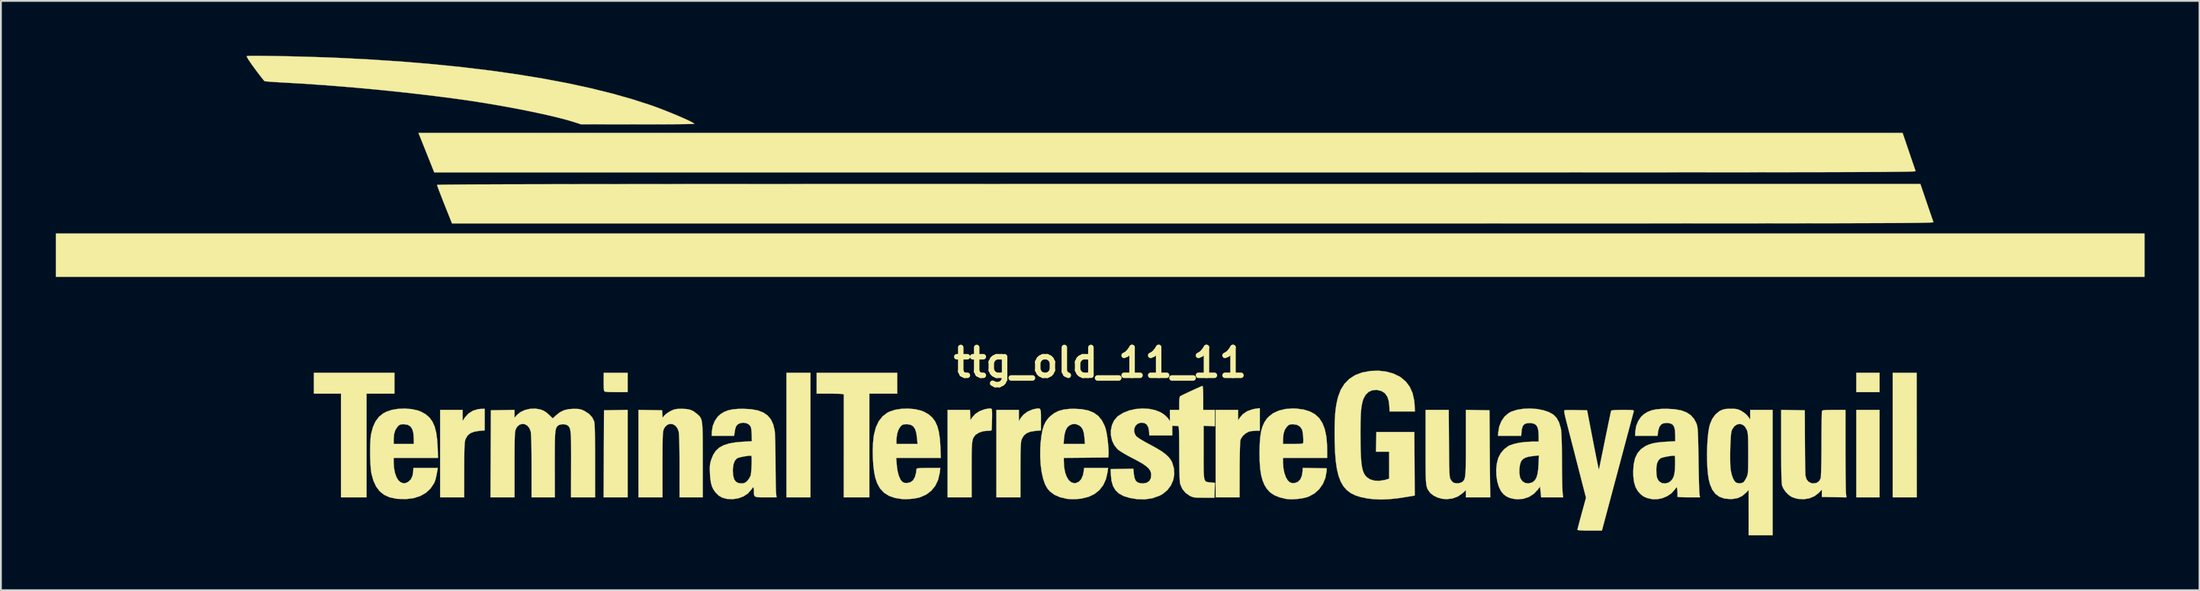
<source format=kicad_pcb>
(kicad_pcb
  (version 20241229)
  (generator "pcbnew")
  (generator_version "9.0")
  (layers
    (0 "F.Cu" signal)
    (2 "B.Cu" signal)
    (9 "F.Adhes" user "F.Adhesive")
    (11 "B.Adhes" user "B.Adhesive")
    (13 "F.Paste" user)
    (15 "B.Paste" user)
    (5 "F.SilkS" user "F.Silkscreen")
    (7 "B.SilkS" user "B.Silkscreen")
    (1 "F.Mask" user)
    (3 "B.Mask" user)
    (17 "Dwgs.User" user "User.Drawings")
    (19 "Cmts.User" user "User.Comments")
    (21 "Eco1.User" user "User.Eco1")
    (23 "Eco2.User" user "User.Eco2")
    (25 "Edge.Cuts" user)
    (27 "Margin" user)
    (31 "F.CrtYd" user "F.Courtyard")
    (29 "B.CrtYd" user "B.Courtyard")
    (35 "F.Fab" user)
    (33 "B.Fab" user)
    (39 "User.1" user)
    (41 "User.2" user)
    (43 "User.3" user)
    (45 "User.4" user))
  (footprint "ttg_old_11_11"
    (layer "F.Cu")
    (at 57.07 16.795)
    (property "Reference" "ttg_old_11_11" (at 0 0 0) (layer "F.SilkS") (effects (font (size 1.524 1.524) (thickness 0.3))))
    (attr through_hole)
    (fp_poly (pts (xy -15.833 7.366) (xy -17.145 7.366) (xy -17.145 0.55) (xy -15.833 0.55) (xy -15.833 7.366)) (stroke (width 0.01) (type solid)) (fill yes) (layer "F.SilkS"))
    (fp_poly (pts (xy 42.587 1.609) (xy 41.317 1.609) (xy 41.317 0.55) (xy 42.587 0.55) (xy 42.587 1.609)) (stroke (width 0.01) (type solid)) (fill yes) (layer "F.SilkS"))
    (fp_poly (pts (xy 42.587 7.366) (xy 41.317 7.366) (xy 41.317 2.582) (xy 42.587 2.582) (xy 42.587 7.366)) (stroke (width 0.01) (type solid)) (fill yes) (layer "F.SilkS"))
    (fp_poly (pts (xy 57.065 -4.699) (xy -57.065 -4.699) (xy -57.065 -7.07) (xy 57.065 -7.07) (xy 57.065 -4.699)) (stroke (width 0.01) (type solid)) (fill yes) (layer "F.SilkS"))
    (fp_poly (pts (xy 44.619 3.958) (xy 44.621 7.366) (xy 43.307 7.366) (xy 43.307 0.55) (xy 44.616 0.55) (xy 44.619 3.958)) (stroke (width 0.01) (type solid)) (fill yes) (layer "F.SilkS"))
    (fp_poly (pts (xy -25.823 7.366) (xy -27.134 7.366) (xy -27.124 4.985) (xy -27.114 2.603) (xy -26.469 2.592) (xy -25.823 2.58) (xy -25.823 7.366)) (stroke (width 0.01) (type solid)) (fill yes) (layer "F.SilkS"))
    (fp_poly (pts (xy -38.566 1.693) (xy -40.09 1.693) (xy -40.09 7.366) (xy -41.487 7.366) (xy -41.487 1.693) (xy -42.968 1.693) (xy -42.968 0.55) (xy -38.566 0.55) (xy -38.566 1.693)) (stroke (width 0.01) (type solid)) (fill yes) (layer "F.SilkS"))
    (fp_poly (pts (xy -25.823 1.609) (xy -26.454 1.609) (xy -26.702 1.607) (xy -26.878 1.603) (xy -26.995 1.594) (xy -27.065 1.58) (xy -27.1 1.558) (xy -27.11 1.541) (xy -27.12 1.473) (xy -27.128 1.341) (xy -27.132 1.165) (xy -27.132 1.012) (xy -27.129 0.55) (xy -25.823 0.55) (xy -25.823 1.609)) (stroke (width 0.01) (type solid)) (fill yes) (layer "F.SilkS"))
    (fp_poly (pts (xy -11.091 1.693) (xy -12.615 1.693) (xy -12.615 7.366) (xy -14.014 7.366) (xy -14.012 4.583) (xy -14.012 4.104) (xy -14.012 3.65) (xy -14.012 3.227) (xy -14.011 2.843) (xy -14.011 2.505) (xy -14.011 2.221) (xy -14.011 1.996) (xy -14.011 1.839) (xy -14.011 1.757) (xy -14.011 1.746) (xy -14.033 1.726) (xy -14.101 1.711) (xy -14.226 1.701) (xy -14.415 1.696) (xy -14.679 1.693) (xy -14.753 1.693) (xy -15.494 1.693) (xy -15.494 0.55) (xy -11.091 0.55) (xy -11.091 1.693)) (stroke (width 0.01) (type solid)) (fill yes) (layer "F.SilkS"))
    (fp_poly (pts (xy -33.634 3.704) (xy -33.933 3.731) (xy -34.206 3.774) (xy -34.412 3.854) (xy -34.562 3.978) (xy -34.668 4.153) (xy -34.694 4.22) (xy -34.711 4.286) (xy -34.724 4.388) (xy -34.734 4.534) (xy -34.742 4.732) (xy -34.748 4.988) (xy -34.752 5.311) (xy -34.754 5.708) (xy -34.754 5.874) (xy -34.756 7.366) (xy -36.068 7.366) (xy -36.068 2.582) (xy -34.84 2.582) (xy -34.84 3.185) (xy -34.703 2.98) (xy -34.518 2.778) (xy -34.28 2.629) (xy -34.007 2.544) (xy -33.867 2.529) (xy -33.634 2.519) (xy -33.634 3.704)) (stroke (width 0.01) (type solid)) (fill yes) (layer "F.SilkS"))
    (fp_poly (pts (xy 8.721 3.725) (xy 8.494 3.725) (xy 8.332 3.735) (xy 8.18 3.758) (xy 8.124 3.773) (xy 7.952 3.863) (xy 7.798 4.001) (xy 7.69 4.16) (xy 7.663 4.233) (xy 7.653 4.31) (xy 7.644 4.46) (xy 7.636 4.674) (xy 7.629 4.94) (xy 7.624 5.247) (xy 7.62 5.584) (xy 7.619 5.875) (xy 7.616 7.366) (xy 6.308 7.366) (xy 6.308 2.582) (xy 7.535 2.582) (xy 7.535 2.868) (xy 7.536 3.154) (xy 7.615 3.027) (xy 7.797 2.812) (xy 8.042 2.65) (xy 8.341 2.545) (xy 8.498 2.516) (xy 8.721 2.487) (xy 8.721 3.725)) (stroke (width 0.01) (type solid)) (fill yes) (layer "F.SilkS"))
    (fp_poly (pts (xy -3.304 2.517) (xy -3.264 2.575) (xy -3.245 2.685) (xy -3.239 2.857) (xy -3.238 3.102) (xy -3.239 3.112) (xy -3.239 3.704) (xy -3.538 3.731) (xy -3.811 3.774) (xy -4.016 3.854) (xy -4.166 3.978) (xy -4.273 4.153) (xy -4.299 4.22) (xy -4.315 4.286) (xy -4.329 4.388) (xy -4.339 4.534) (xy -4.347 4.732) (xy -4.353 4.988) (xy -4.356 5.311) (xy -4.358 5.708) (xy -4.358 5.874) (xy -4.36 7.366) (xy -5.673 7.366) (xy -5.673 2.582) (xy -4.445 2.582) (xy -4.445 2.889) (xy -4.444 3.196) (xy -4.339 3.02) (xy -4.183 2.833) (xy -3.969 2.676) (xy -3.72 2.567) (xy -3.615 2.539) (xy -3.472 2.51) (xy -3.37 2.499) (xy -3.304 2.517)) (stroke (width 0.01) (type solid)) (fill yes) (layer "F.SilkS"))
    (fp_poly (pts (xy -5.939 2.523) (xy -5.929 2.537) (xy -5.916 2.599) (xy -5.909 2.727) (xy -5.907 2.901) (xy -5.911 3.086) (xy -5.917 3.288) (xy -5.922 3.464) (xy -5.926 3.593) (xy -5.927 3.653) (xy -5.941 3.695) (xy -5.996 3.717) (xy -6.11 3.726) (xy -6.17 3.726) (xy -6.405 3.752) (xy -6.62 3.823) (xy -6.787 3.928) (xy -6.825 3.964) (xy -6.876 4.026) (xy -6.918 4.089) (xy -6.951 4.163) (xy -6.977 4.257) (xy -6.996 4.38) (xy -7.01 4.54) (xy -7.019 4.747) (xy -7.024 5.01) (xy -7.027 5.337) (xy -7.027 5.737) (xy -7.027 5.862) (xy -7.027 7.366) (xy -8.34 7.366) (xy -8.34 2.582) (xy -7.116 2.582) (xy -7.103 2.863) (xy -7.091 3.144) (xy -6.985 2.981) (xy -6.821 2.8) (xy -6.594 2.653) (xy -6.324 2.552) (xy -6.228 2.531) (xy -6.076 2.506) (xy -5.986 2.504) (xy -5.939 2.523)) (stroke (width 0.01) (type solid)) (fill yes) (layer "F.SilkS"))
    (fp_poly (pts (xy -22.86 2.521) (xy -22.602 2.535) (xy -22.401 2.576) (xy -22.229 2.653) (xy -22.061 2.777) (xy -22.035 2.799) (xy -21.966 2.86) (xy -21.908 2.916) (xy -21.859 2.976) (xy -21.82 3.045) (xy -21.789 3.133) (xy -21.765 3.245) (xy -21.747 3.391) (xy -21.734 3.577) (xy -21.726 3.811) (xy -21.721 4.1) (xy -21.719 4.452) (xy -21.718 4.874) (xy -21.718 5.323) (xy -21.717 7.366) (xy -22.987 7.366) (xy -22.987 5.675) (xy -22.988 5.213) (xy -22.992 4.803) (xy -22.998 4.452) (xy -23.005 4.166) (xy -23.015 3.949) (xy -23.027 3.809) (xy -23.033 3.771) (xy -23.106 3.578) (xy -23.219 3.442) (xy -23.359 3.364) (xy -23.509 3.349) (xy -23.654 3.397) (xy -23.78 3.512) (xy -23.85 3.64) (xy -23.867 3.692) (xy -23.881 3.759) (xy -23.892 3.85) (xy -23.901 3.972) (xy -23.908 4.134) (xy -23.912 4.344) (xy -23.916 4.61) (xy -23.917 4.94) (xy -23.918 5.342) (xy -23.918 5.589) (xy -23.918 7.366) (xy -25.231 7.366) (xy -25.231 2.58) (xy -24.585 2.592) (xy -23.939 2.603) (xy -23.914 3.007) (xy -23.808 2.881) (xy -23.712 2.794) (xy -23.572 2.699) (xy -23.461 2.637) (xy -23.325 2.576) (xy -23.202 2.541) (xy -23.062 2.524) (xy -22.872 2.521) (xy -22.86 2.521)) (stroke (width 0.01) (type solid)) (fill yes) (layer "F.SilkS"))
    (fp_poly (pts (xy 44.188 -11.568) (xy 44.283 -11.288) (xy 44.369 -11.032) (xy 44.445 -10.813) (xy 44.504 -10.64) (xy 44.543 -10.527) (xy 44.557 -10.488) (xy 44.556 -10.484) (xy 44.549 -10.48) (xy 44.534 -10.476) (xy 44.51 -10.473) (xy 44.475 -10.469) (xy 44.428 -10.466) (xy 44.367 -10.463) (xy 44.29 -10.46) (xy 44.196 -10.457) (xy 44.083 -10.454) (xy 43.95 -10.451) (xy 43.795 -10.449) (xy 43.617 -10.446) (xy 43.414 -10.444) (xy 43.184 -10.442) (xy 42.926 -10.439) (xy 42.638 -10.437) (xy 42.319 -10.436) (xy 41.967 -10.434) (xy 41.58 -10.432) (xy 41.158 -10.431) (xy 40.698 -10.429) (xy 40.199 -10.428) (xy 39.659 -10.426) (xy 39.076 -10.425) (xy 38.45 -10.424) (xy 37.779 -10.423) (xy 37.06 -10.422) (xy 36.293 -10.421) (xy 35.475 -10.42) (xy 34.606 -10.419) (xy 33.684 -10.419) (xy 32.706 -10.418) (xy 31.673 -10.418) (xy 30.581 -10.417) (xy 29.429 -10.417) (xy 28.217 -10.416) (xy 26.941 -10.416) (xy 25.601 -10.415) (xy 24.196 -10.415) (xy 22.723 -10.415) (xy 21.18 -10.415) (xy 19.568 -10.414) (xy 17.883 -10.414) (xy 16.124 -10.414) (xy 14.29 -10.414) (xy 12.379 -10.414) (xy 10.389 -10.414) (xy 8.32 -10.414) (xy 6.168 -10.414) (xy 4.098 -10.414) (xy -36.391 -10.414) (xy -36.766 -11.356) (xy -36.875 -11.629) (xy -36.976 -11.882) (xy -37.064 -12.103) (xy -37.135 -12.28) (xy -37.183 -12.398) (xy -37.198 -12.435) (xy -37.254 -12.573) (xy 43.847 -12.573) (xy 44.188 -11.568)) (stroke (width 0.01) (type solid)) (fill yes) (layer "F.SilkS"))
    (fp_poly (pts (xy 20.627 2.592) (xy 21.273 2.603) (xy 21.283 4.191) (xy 21.285 4.592) (xy 21.289 5.003) (xy 21.292 5.407) (xy 21.295 5.788) (xy 21.299 6.129) (xy 21.302 6.414) (xy 21.304 6.572) (xy 21.315 7.366) (xy 19.981 7.366) (xy 19.981 6.974) (xy 19.799 7.142) (xy 19.547 7.319) (xy 19.253 7.428) (xy 18.934 7.467) (xy 18.675 7.444) (xy 18.436 7.377) (xy 18.22 7.271) (xy 18.053 7.141) (xy 18.013 7.095) (xy 17.961 7.026) (xy 17.918 6.963) (xy 17.882 6.896) (xy 17.853 6.82) (xy 17.83 6.725) (xy 17.812 6.604) (xy 17.799 6.449) (xy 17.79 6.253) (xy 17.785 6.008) (xy 17.782 5.705) (xy 17.78 5.338) (xy 17.78 4.898) (xy 17.78 4.616) (xy 17.78 2.582) (xy 19.046 2.582) (xy 19.058 4.413) (xy 19.062 4.859) (xy 19.065 5.229) (xy 19.069 5.53) (xy 19.074 5.769) (xy 19.081 5.956) (xy 19.088 6.098) (xy 19.098 6.203) (xy 19.11 6.278) (xy 19.125 6.333) (xy 19.142 6.374) (xy 19.146 6.38) (xy 19.218 6.485) (xy 19.295 6.556) (xy 19.302 6.56) (xy 19.446 6.6) (xy 19.612 6.593) (xy 19.754 6.542) (xy 19.765 6.535) (xy 19.815 6.497) (xy 19.857 6.455) (xy 19.891 6.401) (xy 19.918 6.327) (xy 19.939 6.226) (xy 19.955 6.089) (xy 19.966 5.911) (xy 19.974 5.681) (xy 19.978 5.394) (xy 19.981 5.041) (xy 19.981 4.615) (xy 19.981 4.382) (xy 19.981 2.58) (xy 20.627 2.592)) (stroke (width 0.01) (type solid)) (fill yes) (layer "F.SilkS"))
    (fp_poly (pts (xy 37.857 2.592) (xy 38.502 2.603) (xy 38.51 4.297) (xy 38.513 4.675) (xy 38.515 5.033) (xy 38.519 5.361) (xy 38.523 5.647) (xy 38.527 5.883) (xy 38.532 6.057) (xy 38.536 6.16) (xy 38.537 6.173) (xy 38.592 6.37) (xy 38.703 6.512) (xy 38.863 6.591) (xy 38.976 6.604) (xy 39.158 6.571) (xy 39.292 6.469) (xy 39.37 6.328) (xy 39.379 6.264) (xy 39.387 6.124) (xy 39.395 5.919) (xy 39.401 5.658) (xy 39.407 5.349) (xy 39.411 5.002) (xy 39.413 4.627) (xy 39.414 4.463) (xy 39.415 4.084) (xy 39.417 3.729) (xy 39.421 3.409) (xy 39.424 3.133) (xy 39.429 2.909) (xy 39.433 2.748) (xy 39.438 2.658) (xy 39.441 2.642) (xy 39.466 2.618) (xy 39.528 2.601) (xy 39.638 2.59) (xy 39.807 2.584) (xy 40.048 2.582) (xy 40.094 2.582) (xy 40.725 2.582) (xy 40.725 4.752) (xy 40.726 5.181) (xy 40.727 5.59) (xy 40.73 5.971) (xy 40.733 6.314) (xy 40.737 6.611) (xy 40.741 6.853) (xy 40.746 7.03) (xy 40.751 7.133) (xy 40.752 7.145) (xy 40.779 7.368) (xy 40.106 7.357) (xy 39.434 7.345) (xy 39.435 6.948) (xy 39.253 7.133) (xy 39.027 7.305) (xy 38.753 7.419) (xy 38.449 7.469) (xy 38.136 7.451) (xy 37.976 7.412) (xy 37.82 7.359) (xy 37.786 7.344) (xy 37.615 7.229) (xy 37.453 7.063) (xy 37.325 6.875) (xy 37.258 6.712) (xy 37.245 6.612) (xy 37.234 6.428) (xy 37.225 6.159) (xy 37.218 5.807) (xy 37.214 5.371) (xy 37.211 4.851) (xy 37.211 4.552) (xy 37.211 2.58) (xy 37.857 2.592)) (stroke (width 0.01) (type solid)) (fill yes) (layer "F.SilkS"))
    (fp_poly (pts (xy -1.012 2.542) (xy -0.652 2.613) (xy -0.352 2.736) (xy -0.106 2.914) (xy 0.089 3.151) (xy 0.241 3.45) (xy 0.29 3.587) (xy 0.332 3.753) (xy 0.373 3.978) (xy 0.409 4.236) (xy 0.437 4.501) (xy 0.455 4.747) (xy 0.46 4.948) (xy 0.457 5.016) (xy 0.443 5.186) (xy -0.773 5.197) (xy -1.99 5.208) (xy -1.989 5.388) (xy -1.97 5.722) (xy -1.914 6.013) (xy -1.827 6.252) (xy -1.712 6.434) (xy -1.573 6.55) (xy -1.414 6.593) (xy -1.337 6.586) (xy -1.165 6.513) (xy -1.032 6.367) (xy -0.942 6.152) (xy -0.907 5.976) (xy -0.878 5.757) (xy 0.431 5.757) (xy 0.402 5.98) (xy 0.315 6.368) (xy 0.165 6.699) (xy -0.046 6.973) (xy -0.317 7.188) (xy -0.647 7.342) (xy -1.035 7.436) (xy -1.27 7.461) (xy -1.463 7.467) (xy -1.656 7.463) (xy -1.799 7.45) (xy -2.18 7.365) (xy -2.493 7.232) (xy -2.743 7.049) (xy -2.881 6.89) (xy -3.01 6.659) (xy -3.116 6.358) (xy -3.197 5.999) (xy -3.252 5.594) (xy -3.278 5.155) (xy -3.275 4.696) (xy -3.259 4.445) (xy -2.002 4.445) (xy -0.834 4.445) (xy -0.86 4.107) (xy -0.893 3.851) (xy -0.949 3.662) (xy -1.036 3.525) (xy -1.156 3.427) (xy -1.347 3.354) (xy -1.538 3.365) (xy -1.694 3.44) (xy -1.81 3.552) (xy -1.894 3.716) (xy -1.951 3.943) (xy -1.977 4.159) (xy -2.002 4.445) (xy -3.259 4.445) (xy -3.255 4.382) (xy -3.212 3.994) (xy -3.152 3.677) (xy -3.071 3.418) (xy -2.964 3.205) (xy -2.827 3.024) (xy -2.734 2.931) (xy -2.514 2.761) (xy -2.276 2.64) (xy -2.001 2.564) (xy -1.675 2.526) (xy -1.439 2.52) (xy -1.012 2.542)) (stroke (width 0.01) (type solid)) (fill yes) (layer "F.SilkS"))
    (fp_poly (pts (xy -10.125 2.542) (xy -9.795 2.619) (xy -9.635 2.681) (xy -9.386 2.82) (xy -9.183 2.993) (xy -9.023 3.207) (xy -8.901 3.471) (xy -8.815 3.793) (xy -8.759 4.18) (xy -8.733 4.583) (xy -8.709 5.207) (xy -11.146 5.207) (xy -11.121 5.556) (xy -11.08 5.891) (xy -11.012 6.17) (xy -10.919 6.383) (xy -10.861 6.466) (xy -10.775 6.544) (xy -10.674 6.577) (xy -10.569 6.583) (xy -10.38 6.547) (xy -10.232 6.439) (xy -10.124 6.258) (xy -10.058 6.004) (xy -10.036 5.81) (xy -10.013 5.789) (xy -9.94 5.774) (xy -9.807 5.764) (xy -9.607 5.759) (xy -9.384 5.757) (xy -8.735 5.757) (xy -8.773 6.043) (xy -8.859 6.414) (xy -9.012 6.735) (xy -9.228 7.002) (xy -9.502 7.212) (xy -9.833 7.359) (xy -9.906 7.381) (xy -10.122 7.425) (xy -10.38 7.455) (xy -10.637 7.468) (xy -10.816 7.462) (xy -11.212 7.4) (xy -11.543 7.285) (xy -11.813 7.114) (xy -12.028 6.884) (xy -12.19 6.591) (xy -12.292 6.283) (xy -12.355 5.966) (xy -12.399 5.59) (xy -12.424 5.183) (xy -12.429 4.769) (xy -12.413 4.373) (xy -12.4 4.257) (xy -11.134 4.257) (xy -11.134 4.445) (xy -9.981 4.445) (xy -10.011 4.117) (xy -10.051 3.835) (xy -10.117 3.628) (xy -10.214 3.486) (xy -10.348 3.402) (xy -10.528 3.367) (xy -10.596 3.365) (xy -10.733 3.374) (xy -10.826 3.41) (xy -10.912 3.489) (xy -10.921 3.499) (xy -11.022 3.663) (xy -11.094 3.886) (xy -11.13 4.147) (xy -11.134 4.257) (xy -12.4 4.257) (xy -12.375 4.021) (xy -12.361 3.935) (xy -12.257 3.535) (xy -12.101 3.203) (xy -11.895 2.938) (xy -11.638 2.741) (xy -11.515 2.678) (xy -11.209 2.577) (xy -10.858 2.521) (xy -10.488 2.51) (xy -10.125 2.542)) (stroke (width 0.01) (type solid)) (fill yes) (layer "F.SilkS"))
    (fp_poly (pts (xy -37.639 2.537) (xy -37.307 2.608) (xy -37.111 2.681) (xy -36.861 2.821) (xy -36.658 2.995) (xy -36.497 3.211) (xy -36.375 3.477) (xy -36.288 3.801) (xy -36.233 4.191) (xy -36.207 4.583) (xy -36.183 5.207) (xy -38.608 5.207) (xy -38.608 5.459) (xy -38.589 5.761) (xy -38.536 6.035) (xy -38.454 6.266) (xy -38.347 6.44) (xy -38.229 6.54) (xy -38.086 6.595) (xy -37.96 6.589) (xy -37.816 6.521) (xy -37.812 6.518) (xy -37.668 6.382) (xy -37.577 6.181) (xy -37.541 5.954) (xy -37.529 5.757) (xy -36.863 5.757) (xy -36.197 5.757) (xy -36.22 5.895) (xy -36.266 6.147) (xy -36.307 6.334) (xy -36.35 6.475) (xy -36.4 6.59) (xy -36.404 6.6) (xy -36.598 6.889) (xy -36.851 7.122) (xy -37.16 7.297) (xy -37.52 7.411) (xy -37.927 7.462) (xy -38.376 7.45) (xy -38.481 7.439) (xy -38.833 7.363) (xy -39.13 7.229) (xy -39.374 7.033) (xy -39.57 6.771) (xy -39.72 6.441) (xy -39.823 6.066) (xy -39.851 5.876) (xy -39.872 5.624) (xy -39.886 5.33) (xy -39.894 5.014) (xy -39.894 4.696) (xy -39.887 4.445) (xy -38.608 4.445) (xy -37.507 4.445) (xy -37.511 4.138) (xy -37.532 3.85) (xy -37.591 3.635) (xy -37.693 3.486) (xy -37.841 3.398) (xy -38.038 3.366) (xy -38.064 3.365) (xy -38.203 3.373) (xy -38.295 3.406) (xy -38.379 3.481) (xy -38.397 3.501) (xy -38.516 3.682) (xy -38.585 3.909) (xy -38.608 4.195) (xy -38.608 4.202) (xy -38.608 4.445) (xy -39.887 4.445) (xy -39.886 4.397) (xy -39.871 4.137) (xy -39.848 3.936) (xy -39.841 3.899) (xy -39.74 3.519) (xy -39.599 3.21) (xy -39.415 2.964) (xy -39.181 2.775) (xy -39.01 2.683) (xy -38.711 2.582) (xy -38.366 2.524) (xy -38 2.509) (xy -37.639 2.537)) (stroke (width 0.01) (type solid)) (fill yes) (layer "F.SilkS"))
    (fp_poly (pts (xy -45.997 -16.79) (xy -45.687 -16.787) (xy -45.333 -16.782) (xy -44.944 -16.776) (xy -44.528 -16.768) (xy -44.092 -16.758) (xy -43.645 -16.746) (xy -43.195 -16.734) (xy -42.75 -16.72) (xy -42.319 -16.706) (xy -41.909 -16.69) (xy -41.593 -16.677) (xy -39.826 -16.586) (xy -38.112 -16.471) (xy -36.455 -16.332) (xy -34.857 -16.169) (xy -33.32 -15.984) (xy -31.848 -15.775) (xy -30.442 -15.544) (xy -29.105 -15.292) (xy -27.84 -15.017) (xy -26.65 -14.722) (xy -25.537 -14.406) (xy -24.579 -14.096) (xy -24.299 -13.996) (xy -24.001 -13.884) (xy -23.695 -13.765) (xy -23.391 -13.642) (xy -23.1 -13.521) (xy -22.832 -13.405) (xy -22.597 -13.299) (xy -22.405 -13.208) (xy -22.267 -13.135) (xy -22.193 -13.086) (xy -22.183 -13.071) (xy -22.224 -13.066) (xy -22.343 -13.061) (xy -22.534 -13.057) (xy -22.789 -13.053) (xy -23.103 -13.049) (xy -23.468 -13.047) (xy -23.878 -13.044) (xy -24.327 -13.043) (xy -24.807 -13.043) (xy -25.284 -13.043) (xy -28.384 -13.047) (xy -28.702 -13.152) (xy -29.055 -13.259) (xy -29.483 -13.374) (xy -29.976 -13.495) (xy -30.524 -13.619) (xy -31.117 -13.745) (xy -31.746 -13.871) (xy -32.401 -13.994) (xy -33.072 -14.113) (xy -33.751 -14.226) (xy -34.426 -14.331) (xy -34.989 -14.412) (xy -36.343 -14.59) (xy -37.757 -14.757) (xy -39.206 -14.91) (xy -40.667 -15.047) (xy -42.115 -15.166) (xy -43.526 -15.265) (xy -44.641 -15.329) (xy -44.921 -15.345) (xy -45.174 -15.361) (xy -45.387 -15.376) (xy -45.547 -15.389) (xy -45.643 -15.4) (xy -45.663 -15.405) (xy -45.702 -15.446) (xy -45.783 -15.544) (xy -45.896 -15.688) (xy -46.033 -15.868) (xy -46.186 -16.073) (xy -46.196 -16.087) (xy -46.382 -16.344) (xy -46.519 -16.543) (xy -46.604 -16.683) (xy -46.638 -16.761) (xy -46.634 -16.776) (xy -46.581 -16.784) (xy -46.452 -16.788) (xy -46.254 -16.79) (xy -45.997 -16.79)) (stroke (width 0.01) (type solid)) (fill yes) (layer "F.SilkS"))
    (fp_poly (pts (xy 15.627 0.486) (xy 16.021 0.595) (xy 16.37 0.764) (xy 16.418 0.795) (xy 16.699 1.03) (xy 16.916 1.32) (xy 17.069 1.665) (xy 17.158 2.065) (xy 17.177 2.275) (xy 17.199 2.667) (xy 16.505 2.667) (xy 15.812 2.667) (xy 15.802 2.405) (xy 15.767 2.094) (xy 15.687 1.851) (xy 15.56 1.673) (xy 15.384 1.557) (xy 15.367 1.55) (xy 15.113 1.487) (xy 14.879 1.504) (xy 14.673 1.595) (xy 14.504 1.756) (xy 14.381 1.983) (xy 14.348 2.086) (xy 14.311 2.236) (xy 14.282 2.39) (xy 14.26 2.56) (xy 14.244 2.759) (xy 14.233 2.998) (xy 14.226 3.289) (xy 14.223 3.644) (xy 14.223 3.958) (xy 14.226 4.443) (xy 14.235 4.852) (xy 14.25 5.191) (xy 14.273 5.471) (xy 14.305 5.698) (xy 14.347 5.88) (xy 14.4 6.026) (xy 14.466 6.144) (xy 14.546 6.241) (xy 14.556 6.252) (xy 14.741 6.38) (xy 14.977 6.451) (xy 15.251 6.464) (xy 15.548 6.417) (xy 15.653 6.387) (xy 15.79 6.343) (xy 15.79 4.868) (xy 15.068 4.868) (xy 15.092 3.789) (xy 17.166 3.789) (xy 17.177 5.529) (xy 17.188 7.268) (xy 16.775 7.339) (xy 16.237 7.421) (xy 15.76 7.469) (xy 15.328 7.484) (xy 14.927 7.466) (xy 14.584 7.425) (xy 14.241 7.355) (xy 13.943 7.259) (xy 13.686 7.131) (xy 13.469 6.965) (xy 13.288 6.757) (xy 13.141 6.501) (xy 13.024 6.191) (xy 12.936 5.823) (xy 12.873 5.39) (xy 12.833 4.888) (xy 12.813 4.311) (xy 12.809 3.958) (xy 12.811 3.508) (xy 12.821 3.126) (xy 12.84 2.799) (xy 12.87 2.512) (xy 12.911 2.249) (xy 12.967 1.995) (xy 13 1.866) (xy 13.143 1.483) (xy 13.349 1.155) (xy 13.613 0.886) (xy 13.934 0.678) (xy 14.307 0.537) (xy 14.326 0.532) (xy 14.765 0.452) (xy 15.203 0.437) (xy 15.627 0.486)) (stroke (width 0.01) (type solid)) (fill yes) (layer "F.SilkS"))
    (fp_poly (pts (xy 28.798 2.583) (xy 28.967 2.586) (xy 29.075 2.593) (xy 29.135 2.606) (xy 29.158 2.626) (xy 29.158 2.654) (xy 29.157 2.656) (xy 29.143 2.708) (xy 29.109 2.835) (xy 29.057 3.032) (xy 28.988 3.291) (xy 28.904 3.606) (xy 28.806 3.971) (xy 28.697 4.381) (xy 28.578 4.827) (xy 28.451 5.304) (xy 28.317 5.807) (xy 28.277 5.958) (xy 27.416 9.186) (xy 26.747 9.186) (xy 26.487 9.184) (xy 26.284 9.177) (xy 26.146 9.165) (xy 26.081 9.15) (xy 26.077 9.145) (xy 26.088 9.093) (xy 26.118 8.973) (xy 26.164 8.796) (xy 26.223 8.576) (xy 26.291 8.325) (xy 26.312 8.247) (xy 26.547 7.39) (xy 26.438 6.965) (xy 26.4 6.817) (xy 26.344 6.601) (xy 26.275 6.331) (xy 26.195 6.021) (xy 26.11 5.686) (xy 26.021 5.341) (xy 25.987 5.207) (xy 25.895 4.847) (xy 25.801 4.482) (xy 25.71 4.127) (xy 25.626 3.8) (xy 25.553 3.517) (xy 25.496 3.294) (xy 25.483 3.247) (xy 25.419 2.989) (xy 25.377 2.804) (xy 25.358 2.682) (xy 25.36 2.617) (xy 25.373 2.6) (xy 25.432 2.593) (xy 25.56 2.59) (xy 25.737 2.588) (xy 25.949 2.59) (xy 26.016 2.592) (xy 26.607 2.603) (xy 26.923 4.246) (xy 26.993 4.605) (xy 27.058 4.935) (xy 27.116 5.227) (xy 27.166 5.474) (xy 27.206 5.666) (xy 27.235 5.795) (xy 27.249 5.853) (xy 27.251 5.854) (xy 27.262 5.807) (xy 27.287 5.685) (xy 27.326 5.5) (xy 27.375 5.259) (xy 27.434 4.972) (xy 27.5 4.649) (xy 27.571 4.299) (xy 27.58 4.255) (xy 27.652 3.901) (xy 27.72 3.572) (xy 27.78 3.278) (xy 27.833 3.028) (xy 27.874 2.831) (xy 27.903 2.698) (xy 27.917 2.637) (xy 27.918 2.635) (xy 27.951 2.613) (xy 28.038 2.597) (xy 28.187 2.588) (xy 28.408 2.583) (xy 28.557 2.582) (xy 28.798 2.583)) (stroke (width 0.01) (type solid)) (fill yes) (layer "F.SilkS"))
    (fp_poly (pts (xy 10.729 2.511) (xy 11.123 2.565) (xy 11.459 2.668) (xy 11.739 2.822) (xy 11.966 3.031) (xy 12.142 3.3) (xy 12.271 3.632) (xy 12.355 4.03) (xy 12.397 4.498) (xy 12.403 4.773) (xy 12.404 5.207) (xy 9.991 5.207) (xy 9.991 5.472) (xy 10.011 5.764) (xy 10.064 6.033) (xy 10.145 6.264) (xy 10.249 6.441) (xy 10.37 6.551) (xy 10.374 6.552) (xy 10.489 6.585) (xy 10.621 6.586) (xy 10.801 6.521) (xy 10.934 6.385) (xy 11.021 6.181) (xy 11.059 5.936) (xy 11.07 5.755) (xy 12.382 5.779) (xy 12.37 5.948) (xy 12.304 6.307) (xy 12.169 6.632) (xy 11.971 6.916) (xy 11.718 7.146) (xy 11.417 7.314) (xy 11.286 7.362) (xy 11.051 7.417) (xy 10.781 7.455) (xy 10.508 7.472) (xy 10.266 7.466) (xy 10.16 7.453) (xy 9.801 7.366) (xy 9.512 7.248) (xy 9.283 7.093) (xy 9.105 6.898) (xy 8.973 6.683) (xy 8.871 6.435) (xy 8.795 6.146) (xy 8.743 5.803) (xy 8.714 5.399) (xy 8.706 4.921) (xy 8.706 4.911) (xy 8.716 4.457) (xy 8.717 4.445) (xy 9.991 4.445) (xy 10.541 4.445) (xy 10.767 4.444) (xy 10.922 4.44) (xy 11.019 4.43) (xy 11.072 4.414) (xy 11.093 4.389) (xy 11.096 4.371) (xy 11.099 4.192) (xy 11.088 3.997) (xy 11.066 3.815) (xy 11.036 3.679) (xy 11.027 3.655) (xy 10.919 3.496) (xy 10.754 3.399) (xy 10.535 3.366) (xy 10.529 3.365) (xy 10.392 3.374) (xy 10.299 3.41) (xy 10.212 3.489) (xy 10.201 3.501) (xy 10.082 3.682) (xy 10.014 3.909) (xy 9.991 4.195) (xy 9.991 4.202) (xy 9.991 4.445) (xy 8.717 4.445) (xy 8.745 4.076) (xy 8.794 3.757) (xy 8.867 3.492) (xy 8.967 3.268) (xy 9.095 3.076) (xy 9.201 2.957) (xy 9.454 2.762) (xy 9.765 2.619) (xy 10.125 2.532) (xy 10.525 2.503) (xy 10.729 2.511)) (stroke (width 0.01) (type solid)) (fill yes) (layer "F.SilkS"))
    (fp_poly (pts (xy 34.648 2.522) (xy 34.782 2.537) (xy 34.893 2.569) (xy 35.012 2.626) (xy 35.049 2.646) (xy 35.198 2.745) (xy 35.334 2.864) (xy 35.398 2.938) (xy 35.518 3.103) (xy 35.518 2.582) (xy 36.745 2.582) (xy 36.745 9.44) (xy 35.433 9.44) (xy 35.433 8.202) (xy 35.432 6.964) (xy 35.286 7.118) (xy 35.077 7.295) (xy 34.843 7.405) (xy 34.566 7.456) (xy 34.424 7.461) (xy 34.104 7.43) (xy 33.836 7.335) (xy 33.618 7.175) (xy 33.447 6.947) (xy 33.32 6.648) (xy 33.252 6.376) (xy 33.209 6.081) (xy 33.179 5.735) (xy 33.163 5.356) (xy 33.161 5.058) (xy 34.424 5.058) (xy 34.425 5.33) (xy 34.431 5.573) (xy 34.443 5.771) (xy 34.455 5.877) (xy 34.508 6.124) (xy 34.581 6.332) (xy 34.668 6.485) (xy 34.745 6.558) (xy 34.872 6.597) (xy 35.016 6.594) (xy 35.136 6.551) (xy 35.161 6.531) (xy 35.223 6.449) (xy 35.294 6.326) (xy 35.323 6.266) (xy 35.35 6.203) (xy 35.371 6.137) (xy 35.387 6.056) (xy 35.398 5.949) (xy 35.405 5.805) (xy 35.409 5.613) (xy 35.411 5.361) (xy 35.412 5.037) (xy 35.412 4.974) (xy 35.411 4.631) (xy 35.409 4.362) (xy 35.404 4.154) (xy 35.397 3.997) (xy 35.385 3.878) (xy 35.369 3.787) (xy 35.349 3.712) (xy 35.334 3.672) (xy 35.231 3.495) (xy 35.097 3.388) (xy 34.946 3.35) (xy 34.793 3.381) (xy 34.652 3.478) (xy 34.538 3.642) (xy 34.504 3.725) (xy 34.482 3.831) (xy 34.463 4.004) (xy 34.448 4.23) (xy 34.436 4.492) (xy 34.428 4.773) (xy 34.424 5.058) (xy 33.161 5.058) (xy 33.16 4.96) (xy 33.17 4.565) (xy 33.192 4.189) (xy 33.226 3.847) (xy 33.271 3.559) (xy 33.316 3.377) (xy 33.44 3.082) (xy 33.611 2.84) (xy 33.82 2.662) (xy 33.897 2.619) (xy 34.024 2.565) (xy 34.155 2.534) (xy 34.319 2.521) (xy 34.459 2.519) (xy 34.648 2.522)) (stroke (width 0.01) (type solid)) (fill yes) (layer "F.SilkS"))
    (fp_poly (pts (xy -30.591 2.558) (xy -30.404 2.631) (xy -30.237 2.743) (xy -30.132 2.837) (xy -29.916 3.046) (xy -29.731 2.876) (xy -29.516 2.706) (xy -29.293 2.598) (xy -29.038 2.54) (xy -28.787 2.524) (xy -28.594 2.525) (xy -28.454 2.539) (xy -28.334 2.572) (xy -28.202 2.629) (xy -28.184 2.638) (xy -27.936 2.797) (xy -27.754 2.996) (xy -27.65 3.214) (xy -27.637 3.296) (xy -27.626 3.448) (xy -27.617 3.673) (xy -27.61 3.972) (xy -27.605 4.35) (xy -27.602 4.807) (xy -27.601 5.346) (xy -27.601 5.371) (xy -27.601 7.366) (xy -28.916 7.366) (xy -28.912 5.573) (xy -28.911 5.111) (xy -28.912 4.726) (xy -28.914 4.41) (xy -28.919 4.155) (xy -28.928 3.954) (xy -28.941 3.799) (xy -28.958 3.682) (xy -28.981 3.596) (xy -29.01 3.532) (xy -29.046 3.483) (xy -29.09 3.441) (xy -29.104 3.429) (xy -29.194 3.388) (xy -29.323 3.367) (xy -29.358 3.365) (xy -29.489 3.38) (xy -29.595 3.417) (xy -29.612 3.429) (xy -29.657 3.47) (xy -29.695 3.516) (xy -29.726 3.574) (xy -29.75 3.653) (xy -29.769 3.76) (xy -29.783 3.904) (xy -29.792 4.091) (xy -29.799 4.33) (xy -29.802 4.627) (xy -29.804 4.992) (xy -29.804 5.432) (xy -29.804 5.569) (xy -29.801 7.366) (xy -31.073 7.366) (xy -31.073 5.675) (xy -31.074 5.213) (xy -31.077 4.803) (xy -31.083 4.452) (xy -31.091 4.166) (xy -31.101 3.949) (xy -31.112 3.809) (xy -31.118 3.771) (xy -31.191 3.578) (xy -31.305 3.442) (xy -31.445 3.364) (xy -31.595 3.349) (xy -31.74 3.397) (xy -31.865 3.512) (xy -31.935 3.64) (xy -31.952 3.692) (xy -31.966 3.759) (xy -31.978 3.85) (xy -31.987 3.972) (xy -31.993 4.134) (xy -31.998 4.344) (xy -32.001 4.61) (xy -32.003 4.94) (xy -32.004 5.342) (xy -32.004 5.589) (xy -32.004 7.366) (xy -33.317 7.366) (xy -33.306 4.985) (xy -33.295 2.603) (xy -32.65 2.592) (xy -32.004 2.58) (xy -32.004 3.009) (xy -31.877 2.864) (xy -31.685 2.705) (xy -31.439 2.589) (xy -31.16 2.523) (xy -30.87 2.511) (xy -30.591 2.558)) (stroke (width 0.01) (type solid)) (fill yes) (layer "F.SilkS"))
    (fp_poly (pts (xy 23.86 2.532) (xy 24.208 2.598) (xy 24.517 2.702) (xy 24.762 2.839) (xy 24.939 3.019) (xy 25.076 3.27) (xy 25.169 3.589) (xy 25.186 3.683) (xy 25.196 3.791) (xy 25.206 3.972) (xy 25.215 4.213) (xy 25.223 4.502) (xy 25.229 4.826) (xy 25.233 5.175) (xy 25.234 5.419) (xy 25.236 5.774) (xy 25.239 6.113) (xy 25.244 6.423) (xy 25.249 6.692) (xy 25.256 6.909) (xy 25.263 7.061) (xy 25.268 7.123) (xy 25.299 7.366) (xy 24.096 7.366) (xy 24.066 7.069) (xy 24.037 6.773) (xy 23.917 6.938) (xy 23.696 7.174) (xy 23.428 7.345) (xy 23.125 7.446) (xy 22.8 7.473) (xy 22.585 7.448) (xy 22.371 7.395) (xy 22.206 7.32) (xy 22.054 7.208) (xy 22.045 7.2) (xy 21.896 7.02) (xy 21.78 6.777) (xy 21.696 6.49) (xy 21.649 6.174) (xy 21.64 5.846) (xy 21.642 5.826) (xy 22.906 5.826) (xy 22.908 6.05) (xy 22.937 6.248) (xy 22.961 6.325) (xy 23.068 6.485) (xy 23.22 6.58) (xy 23.4 6.605) (xy 23.593 6.555) (xy 23.62 6.542) (xy 23.74 6.448) (xy 23.831 6.301) (xy 23.896 6.095) (xy 23.936 5.819) (xy 23.952 5.579) (xy 23.973 5.072) (xy 23.681 5.103) (xy 23.422 5.14) (xy 23.233 5.196) (xy 23.1 5.275) (xy 23.009 5.385) (xy 22.983 5.436) (xy 22.932 5.61) (xy 22.906 5.826) (xy 21.642 5.826) (xy 21.672 5.525) (xy 21.748 5.227) (xy 21.759 5.196) (xy 21.891 4.946) (xy 22.08 4.727) (xy 22.304 4.56) (xy 22.383 4.521) (xy 22.612 4.443) (xy 22.9 4.38) (xy 23.222 4.338) (xy 23.553 4.32) (xy 23.59 4.319) (xy 23.961 4.318) (xy 23.96 4.032) (xy 23.948 3.759) (xy 23.907 3.559) (xy 23.832 3.423) (xy 23.716 3.341) (xy 23.553 3.305) (xy 23.464 3.302) (xy 23.287 3.319) (xy 23.163 3.376) (xy 23.083 3.486) (xy 23.036 3.659) (xy 23.018 3.831) (xy 23.007 4) (xy 21.738 4) (xy 21.751 3.81) (xy 21.807 3.485) (xy 21.926 3.193) (xy 22.099 2.945) (xy 22.319 2.756) (xy 22.468 2.676) (xy 22.778 2.576) (xy 23.125 2.52) (xy 23.493 2.506) (xy 23.86 2.532)) (stroke (width 0.01) (type solid)) (fill yes) (layer "F.SilkS"))
    (fp_poly (pts (xy 45.16 -8.774) (xy 45.255 -8.494) (xy 45.343 -8.239) (xy 45.418 -8.019) (xy 45.478 -7.846) (xy 45.517 -7.733) (xy 45.531 -7.694) (xy 45.53 -7.69) (xy 45.523 -7.686) (xy 45.508 -7.682) (xy 45.484 -7.679) (xy 45.449 -7.675) (xy 45.402 -7.672) (xy 45.341 -7.669) (xy 45.264 -7.666) (xy 45.17 -7.663) (xy 45.057 -7.66) (xy 44.924 -7.657) (xy 44.769 -7.655) (xy 44.591 -7.652) (xy 44.387 -7.65) (xy 44.157 -7.648) (xy 43.899 -7.645) (xy 43.611 -7.643) (xy 43.292 -7.642) (xy 42.94 -7.64) (xy 42.554 -7.638) (xy 42.132 -7.637) (xy 41.671 -7.635) (xy 41.172 -7.634) (xy 40.632 -7.632) (xy 40.05 -7.631) (xy 39.424 -7.63) (xy 38.752 -7.629) (xy 38.034 -7.628) (xy 37.267 -7.627) (xy 36.449 -7.626) (xy 35.58 -7.625) (xy 34.657 -7.625) (xy 33.68 -7.624) (xy 32.646 -7.624) (xy 31.554 -7.623) (xy 30.403 -7.623) (xy 29.19 -7.622) (xy 27.915 -7.622) (xy 26.575 -7.621) (xy 25.169 -7.621) (xy 23.696 -7.621) (xy 22.154 -7.621) (xy 20.541 -7.62) (xy 18.856 -7.62) (xy 17.098 -7.62) (xy 15.264 -7.62) (xy 13.352 -7.62) (xy 11.363 -7.62) (xy 9.293 -7.62) (xy 7.142 -7.62) (xy 5.07 -7.62) (xy -35.42 -7.62) (xy -35.829 -8.647) (xy -35.939 -8.925) (xy -36.037 -9.179) (xy -36.121 -9.397) (xy -36.185 -9.568) (xy -36.225 -9.682) (xy -36.237 -9.726) (xy -36.223 -9.729) (xy -36.178 -9.732) (xy -36.102 -9.735) (xy -35.993 -9.738) (xy -35.851 -9.74) (xy -35.672 -9.743) (xy -35.457 -9.745) (xy -35.204 -9.747) (xy -34.911 -9.749) (xy -34.577 -9.752) (xy -34.201 -9.754) (xy -33.782 -9.755) (xy -33.318 -9.757) (xy -32.807 -9.759) (xy -32.249 -9.761) (xy -31.641 -9.762) (xy -30.984 -9.764) (xy -30.275 -9.765) (xy -29.512 -9.766) (xy -28.695 -9.768) (xy -27.823 -9.769) (xy -26.893 -9.77) (xy -25.905 -9.771) (xy -24.858 -9.772) (xy -23.749 -9.773) (xy -22.577 -9.774) (xy -21.342 -9.774) (xy -20.041 -9.775) (xy -18.674 -9.776) (xy -17.239 -9.776) (xy -15.734 -9.777) (xy -14.159 -9.777) (xy -12.512 -9.778) (xy -10.792 -9.778) (xy -8.997 -9.778) (xy -7.126 -9.778) (xy -5.178 -9.779) (xy -3.15 -9.779) (xy -1.043 -9.779) (xy 1.146 -9.779) (xy 3.417 -9.779) (xy 4.29 -9.779) (xy 44.818 -9.779) (xy 45.16 -8.774)) (stroke (width 0.01) (type solid)) (fill yes) (layer "F.SilkS"))
    (fp_poly (pts (xy 31.376 2.543) (xy 31.736 2.606) (xy 32.032 2.715) (xy 32.268 2.869) (xy 32.449 3.073) (xy 32.556 3.269) (xy 32.58 3.326) (xy 32.601 3.382) (xy 32.618 3.444) (xy 32.633 3.519) (xy 32.645 3.616) (xy 32.655 3.741) (xy 32.663 3.902) (xy 32.671 4.107) (xy 32.677 4.364) (xy 32.684 4.679) (xy 32.691 5.06) (xy 32.698 5.515) (xy 32.702 5.736) (xy 32.708 6.069) (xy 32.715 6.381) (xy 32.723 6.661) (xy 32.731 6.896) (xy 32.739 7.075) (xy 32.746 7.186) (xy 32.749 7.207) (xy 32.775 7.366) (xy 32.157 7.366) (xy 31.939 7.364) (xy 31.756 7.358) (xy 31.622 7.35) (xy 31.551 7.339) (xy 31.543 7.334) (xy 31.549 7.245) (xy 31.547 7.121) (xy 31.538 6.992) (xy 31.526 6.883) (xy 31.512 6.821) (xy 31.507 6.816) (xy 31.466 6.849) (xy 31.403 6.93) (xy 31.381 6.961) (xy 31.216 7.145) (xy 30.992 7.297) (xy 30.73 7.407) (xy 30.452 7.467) (xy 30.18 7.468) (xy 30.141 7.462) (xy 29.893 7.407) (xy 29.702 7.324) (xy 29.544 7.208) (xy 29.375 7.022) (xy 29.253 6.804) (xy 29.174 6.542) (xy 29.134 6.223) (xy 29.126 5.963) (xy 29.131 5.878) (xy 30.388 5.878) (xy 30.397 6.114) (xy 30.427 6.287) (xy 30.486 6.416) (xy 30.57 6.515) (xy 30.707 6.59) (xy 30.875 6.606) (xy 31.044 6.564) (xy 31.149 6.498) (xy 31.254 6.388) (xy 31.329 6.252) (xy 31.378 6.074) (xy 31.405 5.841) (xy 31.414 5.59) (xy 31.415 5.399) (xy 31.412 5.241) (xy 31.407 5.134) (xy 31.399 5.096) (xy 31.344 5.088) (xy 31.23 5.095) (xy 31.081 5.115) (xy 30.921 5.144) (xy 30.773 5.177) (xy 30.661 5.21) (xy 30.62 5.229) (xy 30.504 5.342) (xy 30.429 5.504) (xy 30.393 5.727) (xy 30.388 5.878) (xy 29.131 5.878) (xy 29.151 5.564) (xy 29.228 5.228) (xy 29.36 4.952) (xy 29.547 4.732) (xy 29.787 4.565) (xy 29.974 4.48) (xy 30.18 4.416) (xy 30.423 4.37) (xy 30.722 4.338) (xy 30.934 4.324) (xy 31.425 4.297) (xy 31.422 3.965) (xy 31.409 3.709) (xy 31.37 3.526) (xy 31.298 3.403) (xy 31.186 3.331) (xy 31.027 3.299) (xy 30.971 3.296) (xy 30.787 3.312) (xy 30.65 3.383) (xy 30.555 3.515) (xy 30.494 3.716) (xy 30.472 3.873) (xy 30.459 4) (xy 29.231 4) (xy 29.242 3.747) (xy 29.289 3.463) (xy 29.397 3.194) (xy 29.554 2.962) (xy 29.709 2.817) (xy 29.908 2.694) (xy 30.125 2.607) (xy 30.378 2.553) (xy 30.682 2.525) (xy 30.946 2.521) (xy 31.376 2.543)) (stroke (width 0.01) (type solid)) (fill yes) (layer "F.SilkS"))
    (fp_poly (pts (xy -19.079 2.544) (xy -18.713 2.61) (xy -18.413 2.724) (xy -18.174 2.888) (xy -17.993 3.104) (xy -17.867 3.376) (xy -17.79 3.706) (xy -17.783 3.759) (xy -17.774 3.869) (xy -17.766 4.052) (xy -17.758 4.295) (xy -17.752 4.586) (xy -17.747 4.912) (xy -17.743 5.261) (xy -17.742 5.503) (xy -17.74 5.856) (xy -17.736 6.191) (xy -17.732 6.494) (xy -17.727 6.756) (xy -17.721 6.965) (xy -17.715 7.108) (xy -17.71 7.165) (xy -17.684 7.366) (xy -18.278 7.366) (xy -18.523 7.366) (xy -18.697 7.36) (xy -18.811 7.342) (xy -18.878 7.304) (xy -18.911 7.239) (xy -18.921 7.141) (xy -18.922 7.001) (xy -18.922 6.996) (xy -18.929 6.886) (xy -18.946 6.822) (xy -18.955 6.816) (xy -18.996 6.849) (xy -19.059 6.93) (xy -19.08 6.961) (xy -19.256 7.159) (xy -19.492 7.313) (xy -19.77 7.417) (xy -20.074 7.466) (xy -20.388 7.452) (xy -20.409 7.449) (xy -20.652 7.384) (xy -20.85 7.268) (xy -21.012 7.108) (xy -21.131 6.946) (xy -21.216 6.769) (xy -21.274 6.558) (xy -21.31 6.294) (xy -21.325 6.064) (xy -21.33 5.905) (xy -20.075 5.905) (xy -20.057 6.178) (xy -20.002 6.379) (xy -19.907 6.513) (xy -19.767 6.586) (xy -19.617 6.604) (xy -19.479 6.593) (xy -19.376 6.547) (xy -19.282 6.464) (xy -19.184 6.338) (xy -19.11 6.195) (xy -19.098 6.157) (xy -19.081 6.057) (xy -19.066 5.906) (xy -19.054 5.726) (xy -19.047 5.537) (xy -19.044 5.36) (xy -19.046 5.213) (xy -19.054 5.119) (xy -19.062 5.097) (xy -19.118 5.087) (xy -19.232 5.095) (xy -19.381 5.116) (xy -19.542 5.145) (xy -19.691 5.178) (xy -19.804 5.213) (xy -19.845 5.232) (xy -19.962 5.358) (xy -20.038 5.554) (xy -20.073 5.813) (xy -20.075 5.905) (xy -21.33 5.905) (xy -21.333 5.839) (xy -21.33 5.672) (xy -21.315 5.535) (xy -21.285 5.403) (xy -21.252 5.294) (xy -21.144 5.03) (xy -21 4.814) (xy -20.813 4.644) (xy -20.575 4.514) (xy -20.279 4.419) (xy -19.916 4.357) (xy -19.527 4.324) (xy -19.036 4.297) (xy -19.042 3.959) (xy -19.051 3.782) (xy -19.068 3.626) (xy -19.09 3.52) (xy -19.094 3.509) (xy -19.187 3.387) (xy -19.333 3.309) (xy -19.507 3.281) (xy -19.686 3.313) (xy -19.708 3.321) (xy -19.819 3.384) (xy -19.893 3.475) (xy -19.942 3.614) (xy -19.971 3.775) (xy -20.004 4) (xy -21.23 4) (xy -21.219 3.747) (xy -21.172 3.461) (xy -21.063 3.19) (xy -20.904 2.958) (xy -20.75 2.815) (xy -20.554 2.694) (xy -20.339 2.608) (xy -20.09 2.554) (xy -19.788 2.526) (xy -19.516 2.521) (xy -19.079 2.544)) (stroke (width 0.01) (type solid)) (fill yes) (layer "F.SilkS"))
    (fp_poly (pts (xy 5.605 1.311) (xy 5.618 1.427) (xy 5.626 1.609) (xy 5.63 1.848) (xy 5.63 1.926) (xy 5.63 2.582) (xy 6.265 2.582) (xy 6.265 3.478) (xy 5.958 3.464) (xy 5.652 3.45) (xy 5.652 4.92) (xy 5.651 5.329) (xy 5.652 5.661) (xy 5.655 5.925) (xy 5.663 6.128) (xy 5.678 6.28) (xy 5.701 6.387) (xy 5.734 6.458) (xy 5.779 6.502) (xy 5.838 6.526) (xy 5.913 6.538) (xy 6.006 6.547) (xy 6.027 6.549) (xy 6.268 6.574) (xy 6.244 7.387) (xy 5.671 7.387) (xy 5.436 7.386) (xy 5.266 7.381) (xy 5.143 7.369) (xy 5.048 7.348) (xy 4.963 7.315) (xy 4.889 7.279) (xy 4.661 7.118) (xy 4.485 6.902) (xy 4.376 6.651) (xy 4.364 6.604) (xy 4.351 6.497) (xy 4.34 6.313) (xy 4.331 6.059) (xy 4.324 5.742) (xy 4.32 5.369) (xy 4.318 4.949) (xy 4.318 4.93) (xy 4.317 4.522) (xy 4.315 4.192) (xy 4.311 3.933) (xy 4.306 3.738) (xy 4.298 3.601) (xy 4.287 3.515) (xy 4.274 3.472) (xy 4.265 3.466) (xy 4.187 3.46) (xy 4.075 3.454) (xy 4.075 3.454) (xy 3.937 3.449) (xy 3.937 3.979) (xy 2.683 3.979) (xy 2.673 3.782) (xy 2.635 3.552) (xy 2.55 3.392) (xy 2.418 3.301) (xy 2.239 3.281) (xy 2.196 3.286) (xy 2.036 3.346) (xy 1.923 3.461) (xy 1.861 3.611) (xy 1.856 3.779) (xy 1.915 3.944) (xy 1.983 4.035) (xy 2.057 4.094) (xy 2.192 4.182) (xy 2.373 4.29) (xy 2.583 4.408) (xy 2.752 4.498) (xy 3.101 4.69) (xy 3.379 4.862) (xy 3.594 5.024) (xy 3.755 5.18) (xy 3.872 5.34) (xy 3.932 5.458) (xy 4.029 5.784) (xy 4.047 6.109) (xy 3.99 6.424) (xy 3.863 6.715) (xy 3.67 6.972) (xy 3.415 7.182) (xy 3.246 7.276) (xy 2.852 7.415) (xy 2.431 7.478) (xy 2.011 7.465) (xy 1.611 7.398) (xy 1.285 7.298) (xy 1.028 7.159) (xy 0.835 6.976) (xy 0.7 6.745) (xy 0.617 6.46) (xy 0.582 6.117) (xy 0.572 5.821) (xy 1.81 5.801) (xy 1.838 6.086) (xy 1.877 6.31) (xy 1.945 6.463) (xy 2.054 6.555) (xy 2.214 6.598) (xy 2.341 6.604) (xy 2.539 6.57) (xy 2.682 6.475) (xy 2.767 6.324) (xy 2.787 6.125) (xy 2.775 6.027) (xy 2.733 5.906) (xy 2.649 5.787) (xy 2.516 5.664) (xy 2.325 5.531) (xy 2.068 5.382) (xy 1.778 5.23) (xy 1.539 5.104) (xy 1.318 4.979) (xy 1.131 4.865) (xy 0.996 4.772) (xy 0.952 4.736) (xy 0.771 4.517) (xy 0.649 4.26) (xy 0.587 3.98) (xy 0.584 3.694) (xy 0.641 3.417) (xy 0.756 3.167) (xy 0.93 2.958) (xy 0.972 2.922) (xy 1.256 2.744) (xy 1.584 2.614) (xy 1.941 2.534) (xy 2.308 2.505) (xy 2.671 2.525) (xy 3.012 2.597) (xy 3.315 2.721) (xy 3.498 2.841) (xy 3.613 2.944) (xy 3.71 3.05) (xy 3.735 3.083) (xy 3.809 3.196) (xy 3.81 2.582) (xy 4.318 2.582) (xy 4.318 2.225) (xy 4.325 2.012) (xy 4.344 1.881) (xy 4.371 1.834) (xy 4.439 1.797) (xy 4.563 1.736) (xy 4.725 1.658) (xy 4.909 1.571) (xy 5.099 1.483) (xy 5.278 1.402) (xy 5.431 1.334) (xy 5.54 1.287) (xy 5.589 1.27) (xy 5.589 1.27) (xy 5.605 1.311)) (stroke (width 0.01) (type solid)) (fill yes) (layer "F.SilkS")))
  (gr_rect
    (start -3 -3)
    (end 117.141 29.241)
    (stroke (width 0.1) (type default))
    (fill no)
    (layer "Edge.Cuts")))
</source>
